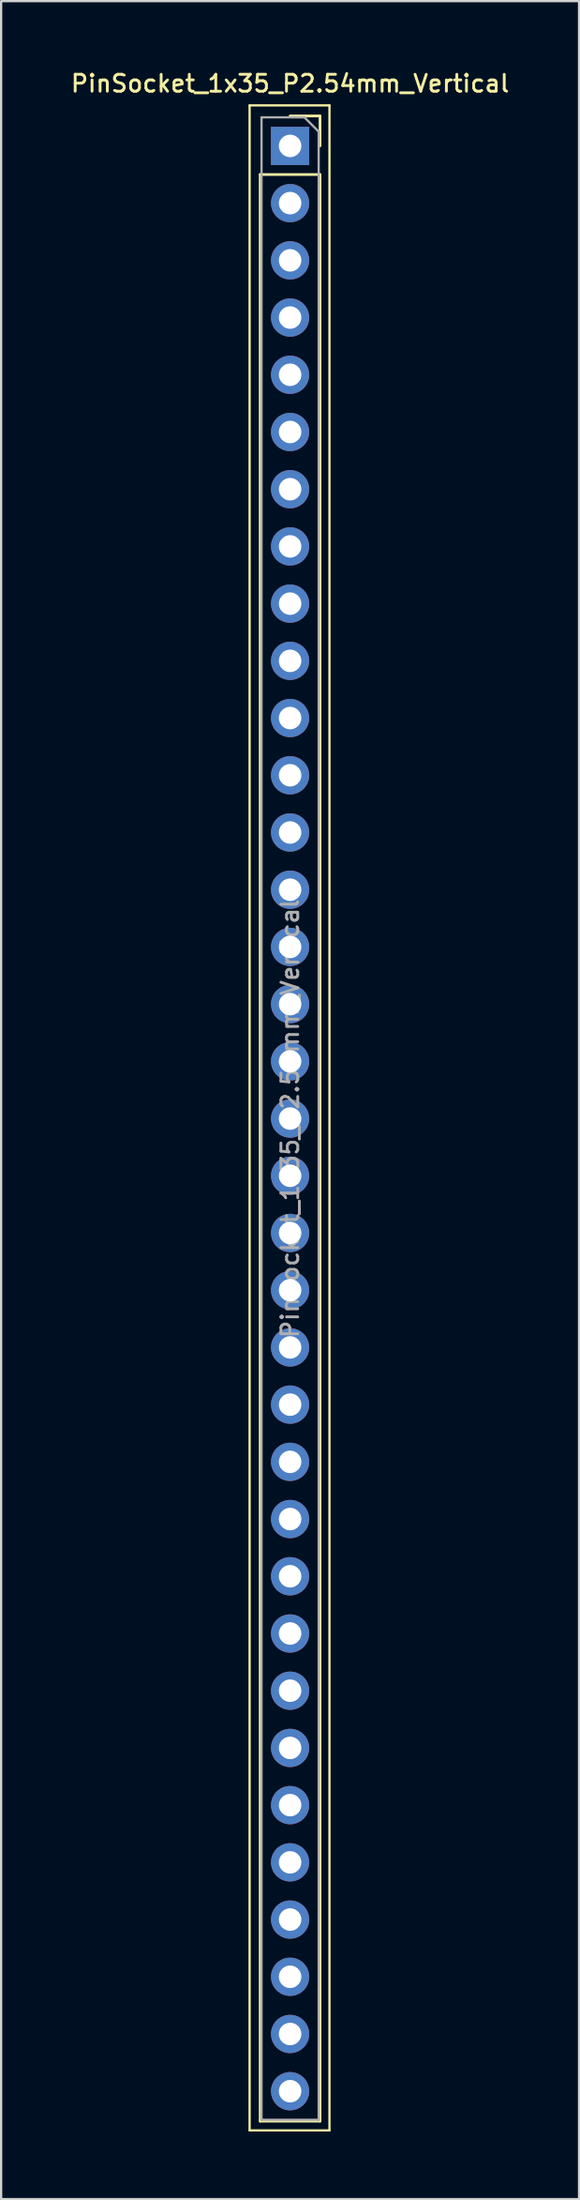
<source format=kicad_pcb>
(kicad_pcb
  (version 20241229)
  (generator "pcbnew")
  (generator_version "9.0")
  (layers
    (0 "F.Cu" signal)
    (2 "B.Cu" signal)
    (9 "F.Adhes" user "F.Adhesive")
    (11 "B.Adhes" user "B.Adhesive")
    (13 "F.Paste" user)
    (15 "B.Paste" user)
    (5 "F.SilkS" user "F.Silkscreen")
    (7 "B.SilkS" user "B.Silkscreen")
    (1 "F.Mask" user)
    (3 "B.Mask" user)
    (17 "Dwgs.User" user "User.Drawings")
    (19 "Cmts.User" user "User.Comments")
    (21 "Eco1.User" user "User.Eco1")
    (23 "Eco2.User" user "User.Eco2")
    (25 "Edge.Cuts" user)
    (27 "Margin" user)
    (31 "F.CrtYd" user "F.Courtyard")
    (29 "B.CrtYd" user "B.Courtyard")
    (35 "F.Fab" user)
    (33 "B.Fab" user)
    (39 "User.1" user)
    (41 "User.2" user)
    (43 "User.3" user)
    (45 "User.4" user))
  (footprint "PinSocket_1x35_P2.54mm_Vertical"
    (layer "F.Cu")
    (at 9.845 3.428)
    (property "Reference" "PinSocket_1x35_P2.54mm_Vertical" (at 0 -2.77 0) (layer "F.SilkS") (effects (font (size 0.75 0.75) (thickness 0.125))))
    (attr through_hole)
    (fp_line (start -1.8 -1.8) (end 1.75 -1.8) (stroke (width 0.1) (type solid)) (layer "F.SilkS"))
    (fp_line (start -1.8 88.1) (end -1.8 -1.8) (stroke (width 0.1) (type solid)) (layer "F.SilkS"))
    (fp_line (start -1.33 1.27) (end -1.33 87.69) (stroke (width 0.12) (type solid)) (layer "F.SilkS"))
    (fp_line (start -1.33 1.27) (end 1.33 1.27) (stroke (width 0.12) (type solid)) (layer "F.SilkS"))
    (fp_line (start -1.33 87.69) (end 1.33 87.69) (stroke (width 0.12) (type solid)) (layer "F.SilkS"))
    (fp_line (start 0 -1.33) (end 1.33 -1.33) (stroke (width 0.12) (type solid)) (layer "F.SilkS"))
    (fp_line (start 1.33 -1.33) (end 1.33 0) (stroke (width 0.12) (type solid)) (layer "F.SilkS"))
    (fp_line (start 1.33 1.27) (end 1.33 87.69) (stroke (width 0.12) (type solid)) (layer "F.SilkS"))
    (fp_line (start 1.75 -1.8) (end 1.75 88.1) (stroke (width 0.1) (type solid)) (layer "F.SilkS"))
    (fp_line (start 1.75 88.1) (end -1.8 88.1) (stroke (width 0.1) (type solid)) (layer "F.SilkS"))
    (fp_line (start -1.27 -1.27) (end 0.635 -1.27) (stroke (width 0.1) (type solid)) (layer "F.Fab"))
    (fp_line (start -1.27 87.63) (end -1.27 -1.27) (stroke (width 0.1) (type solid)) (layer "F.Fab"))
    (fp_line (start 0.635 -1.27) (end 1.27 -0.635) (stroke (width 0.1) (type solid)) (layer "F.Fab"))
    (fp_line (start 1.27 -0.635) (end 1.27 87.63) (stroke (width 0.1) (type solid)) (layer "F.Fab"))
    (fp_line (start 1.27 87.63) (end -1.27 87.63) (stroke (width 0.1) (type solid)) (layer "F.Fab"))
    (fp_text user "${REFERENCE}" (at 0 43.18 90) (layer "F.Fab") (effects (font (size 0.75 0.75) (thickness 0.125))))
    (pad "1" thru_hole rect (at 0 0) (size 1.7 1.7) (drill 1) (layers "*.Cu" "*.Mask"))
    (pad "2" thru_hole oval (at 0 2.54) (size 1.7 1.7) (drill 1) (layers "*.Cu" "*.Mask"))
    (pad "3" thru_hole oval (at 0 5.08) (size 1.7 1.7) (drill 1) (layers "*.Cu" "*.Mask"))
    (pad "4" thru_hole oval (at 0 7.62) (size 1.7 1.7) (drill 1) (layers "*.Cu" "*.Mask"))
    (pad "5" thru_hole oval (at 0 10.16) (size 1.7 1.7) (drill 1) (layers "*.Cu" "*.Mask"))
    (pad "6" thru_hole oval (at 0 12.7) (size 1.7 1.7) (drill 1) (layers "*.Cu" "*.Mask"))
    (pad "7" thru_hole oval (at 0 15.24) (size 1.7 1.7) (drill 1) (layers "*.Cu" "*.Mask"))
    (pad "8" thru_hole oval (at 0 17.78) (size 1.7 1.7) (drill 1) (layers "*.Cu" "*.Mask"))
    (pad "9" thru_hole oval (at 0 20.32) (size 1.7 1.7) (drill 1) (layers "*.Cu" "*.Mask"))
    (pad "10" thru_hole oval (at 0 22.86) (size 1.7 1.7) (drill 1) (layers "*.Cu" "*.Mask"))
    (pad "11" thru_hole oval (at 0 25.4) (size 1.7 1.7) (drill 1) (layers "*.Cu" "*.Mask"))
    (pad "12" thru_hole oval (at 0 27.94) (size 1.7 1.7) (drill 1) (layers "*.Cu" "*.Mask"))
    (pad "13" thru_hole oval (at 0 30.48) (size 1.7 1.7) (drill 1) (layers "*.Cu" "*.Mask"))
    (pad "14" thru_hole oval (at 0 33.02) (size 1.7 1.7) (drill 1) (layers "*.Cu" "*.Mask"))
    (pad "15" thru_hole oval (at 0 35.56) (size 1.7 1.7) (drill 1) (layers "*.Cu" "*.Mask"))
    (pad "16" thru_hole oval (at 0 38.1) (size 1.7 1.7) (drill 1) (layers "*.Cu" "*.Mask"))
    (pad "17" thru_hole oval (at 0 40.64) (size 1.7 1.7) (drill 1) (layers "*.Cu" "*.Mask"))
    (pad "18" thru_hole oval (at 0 43.18) (size 1.7 1.7) (drill 1) (layers "*.Cu" "*.Mask"))
    (pad "19" thru_hole oval (at 0 45.72) (size 1.7 1.7) (drill 1) (layers "*.Cu" "*.Mask"))
    (pad "20" thru_hole oval (at 0 48.26) (size 1.7 1.7) (drill 1) (layers "*.Cu" "*.Mask"))
    (pad "21" thru_hole oval (at 0 50.8) (size 1.7 1.7) (drill 1) (layers "*.Cu" "*.Mask"))
    (pad "22" thru_hole oval (at 0 53.34) (size 1.7 1.7) (drill 1) (layers "*.Cu" "*.Mask"))
    (pad "23" thru_hole oval (at 0 55.88) (size 1.7 1.7) (drill 1) (layers "*.Cu" "*.Mask"))
    (pad "24" thru_hole oval (at 0 58.42) (size 1.7 1.7) (drill 1) (layers "*.Cu" "*.Mask"))
    (pad "25" thru_hole oval (at 0 60.96) (size 1.7 1.7) (drill 1) (layers "*.Cu" "*.Mask"))
    (pad "26" thru_hole oval (at 0 63.5) (size 1.7 1.7) (drill 1) (layers "*.Cu" "*.Mask"))
    (pad "27" thru_hole oval (at 0 66.04) (size 1.7 1.7) (drill 1) (layers "*.Cu" "*.Mask"))
    (pad "28" thru_hole oval (at 0 68.58) (size 1.7 1.7) (drill 1) (layers "*.Cu" "*.Mask"))
    (pad "29" thru_hole oval (at 0 71.12) (size 1.7 1.7) (drill 1) (layers "*.Cu" "*.Mask"))
    (pad "30" thru_hole oval (at 0 73.66) (size 1.7 1.7) (drill 1) (layers "*.Cu" "*.Mask"))
    (pad "31" thru_hole oval (at 0 76.2) (size 1.7 1.7) (drill 1) (layers "*.Cu" "*.Mask"))
    (pad "32" thru_hole oval (at 0 78.74) (size 1.7 1.7) (drill 1) (layers "*.Cu" "*.Mask"))
    (pad "33" thru_hole oval (at 0 81.28) (size 1.7 1.7) (drill 1) (layers "*.Cu" "*.Mask"))
    (pad "34" thru_hole oval (at 0 83.82) (size 1.7 1.7) (drill 1) (layers "*.Cu" "*.Mask"))
    (pad "35" thru_hole oval (at 0 86.36) (size 1.7 1.7) (drill 1) (layers "*.Cu" "*.Mask")))
  (gr_rect
    (start -3 -3)
    (end 22.689 94.578)
    (stroke (width 0.1) (type default))
    (fill no)
    (layer "Edge.Cuts")))
</source>
